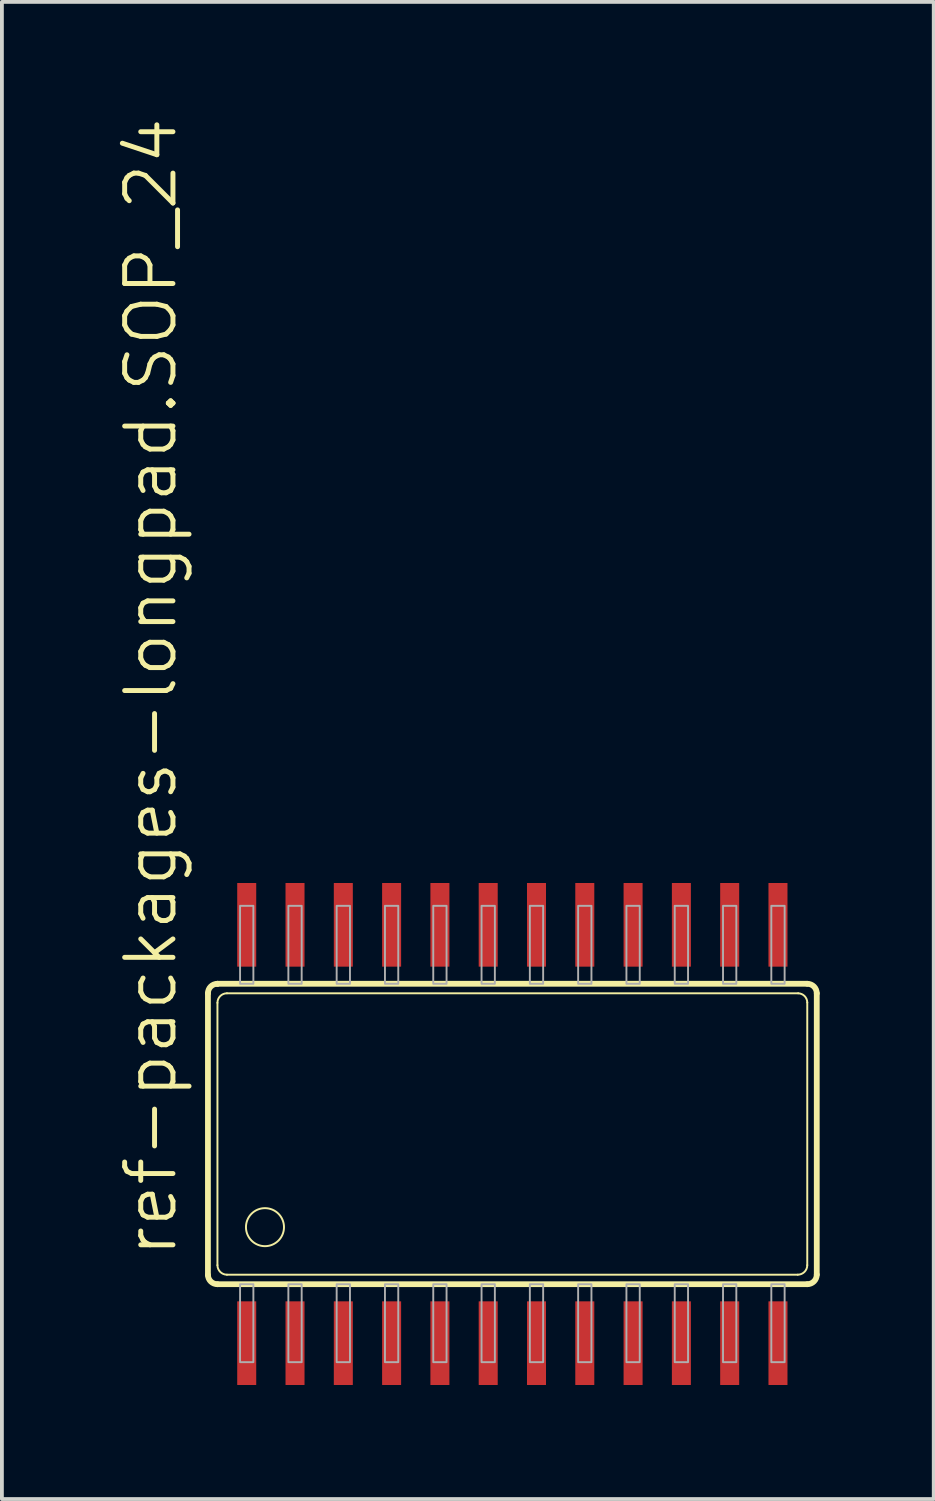
<source format=kicad_pcb>
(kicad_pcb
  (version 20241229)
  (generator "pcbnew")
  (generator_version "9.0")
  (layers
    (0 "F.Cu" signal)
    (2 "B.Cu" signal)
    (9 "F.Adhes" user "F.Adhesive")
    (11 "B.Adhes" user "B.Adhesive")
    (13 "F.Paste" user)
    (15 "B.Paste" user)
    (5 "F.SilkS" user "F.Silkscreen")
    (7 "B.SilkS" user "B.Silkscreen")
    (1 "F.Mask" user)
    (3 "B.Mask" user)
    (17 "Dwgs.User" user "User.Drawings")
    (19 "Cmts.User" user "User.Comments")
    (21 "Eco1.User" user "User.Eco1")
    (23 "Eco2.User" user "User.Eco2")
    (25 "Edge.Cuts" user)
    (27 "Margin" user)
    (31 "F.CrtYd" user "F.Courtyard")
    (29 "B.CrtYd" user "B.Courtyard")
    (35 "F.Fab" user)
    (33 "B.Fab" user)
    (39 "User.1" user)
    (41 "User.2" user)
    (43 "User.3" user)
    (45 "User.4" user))
  (footprint "ref-packages-longpad.SOP_24"
    (layer "F.Cu")
    (at 10.423 26.77)
    (property "Reference" "ref-packages-longpad.SOP_24" (at -8.763 3.302 90) (layer "F.SilkS") (effects (font (size 1.27 1.27) (thickness 0.13)) (justify left bottom)))
    (attr smd)
    (fp_line (start -8.005 3.71) (end -8.005 -3.7) (stroke (width 0.152) (type default)) (layer "F.SilkS"))
    (fp_line (start -7.756 -3.95) (end -7.755 -3.95) (stroke (width 0.152) (type default)) (layer "F.SilkS"))
    (fp_line (start -7.755 -3.95) (end 7.755 -3.95) (stroke (width 0.152) (type default)) (layer "F.SilkS"))
    (fp_line (start -7.755 3.45) (end -7.755 -3.45) (stroke (width 0.051) (type default)) (layer "F.SilkS"))
    (fp_line (start -7.505 -3.7) (end 7.515 -3.7) (stroke (width 0.051) (type default)) (layer "F.SilkS"))
    (fp_line (start 7.505 3.7) (end -7.505 3.7) (stroke (width 0.051) (type default)) (layer "F.SilkS"))
    (fp_line (start 7.755 -3.46) (end 7.755 3.45) (stroke (width 0.051) (type default)) (layer "F.SilkS"))
    (fp_line (start 7.755 3.95) (end -7.755 3.95) (stroke (width 0.152) (type default)) (layer "F.SilkS"))
    (fp_line (start 8.005 -3.7) (end 8.005 3.7) (stroke (width 0.152) (type default)) (layer "F.SilkS"))
    (fp_arc (start -8.005 -3.7) (mid -7.931777 -3.876777) (end -7.755 -3.95) (stroke (width 0.1524) (type default)) (layer "F.SilkS"))
    (fp_arc (start -7.755 -3.45) (mid -7.681777 -3.626777) (end -7.505 -3.7) (stroke (width 0.0508) (type default)) (layer "F.SilkS"))
    (fp_arc (start -7.755 3.95) (mid -7.928333 3.880347) (end -8.005 3.71) (stroke (width 0.1524) (type default)) (layer "F.SilkS"))
    (fp_arc (start -7.505 3.7) (mid -7.681777 3.626777) (end -7.755 3.45) (stroke (width 0.0508) (type default)) (layer "F.SilkS"))
    (fp_arc (start 7.515 -3.7) (mid 7.683277 -3.628277) (end 7.755 -3.46) (stroke (width 0.0508) (type default)) (layer "F.SilkS"))
    (fp_arc (start 7.755 -3.95) (mid 7.931777 -3.876777) (end 8.005 -3.7) (stroke (width 0.1524) (type default)) (layer "F.SilkS"))
    (fp_arc (start 7.755 3.45) (mid 7.681777 3.626777) (end 7.505 3.7) (stroke (width 0.0508) (type default)) (layer "F.SilkS"))
    (fp_arc (start 8.005 3.7) (mid 7.931777 3.876777) (end 7.755 3.95) (stroke (width 0.1524) (type default)) (layer "F.SilkS"))
    (fp_circle (center -6.505 2.45) (end -6.005 2.45) (stroke (width 0.051) (type default)) (fill no) (layer "F.SilkS"))
    (fp_rect (start -7.16 -3.95) (end -6.81 -6) (stroke (width 0.05) (type default)) (fill no) (layer "F.Fab"))
    (fp_rect (start -7.16 6) (end -6.81 3.95) (stroke (width 0.05) (type default)) (fill no) (layer "F.Fab"))
    (fp_rect (start -5.89 -3.95) (end -5.54 -6) (stroke (width 0.05) (type default)) (fill no) (layer "F.Fab"))
    (fp_rect (start -5.89 6) (end -5.54 3.95) (stroke (width 0.05) (type default)) (fill no) (layer "F.Fab"))
    (fp_rect (start -4.62 -3.95) (end -4.27 -6) (stroke (width 0.05) (type default)) (fill no) (layer "F.Fab"))
    (fp_rect (start -4.62 6) (end -4.27 3.95) (stroke (width 0.05) (type default)) (fill no) (layer "F.Fab"))
    (fp_rect (start -3.35 -3.95) (end -3 -6) (stroke (width 0.05) (type default)) (fill no) (layer "F.Fab"))
    (fp_rect (start -3.35 6) (end -3 3.95) (stroke (width 0.05) (type default)) (fill no) (layer "F.Fab"))
    (fp_rect (start -2.08 -3.95) (end -1.73 -6) (stroke (width 0.05) (type default)) (fill no) (layer "F.Fab"))
    (fp_rect (start -2.08 6) (end -1.73 3.95) (stroke (width 0.05) (type default)) (fill no) (layer "F.Fab"))
    (fp_rect (start -0.81 -3.95) (end -0.46 -6) (stroke (width 0.05) (type default)) (fill no) (layer "F.Fab"))
    (fp_rect (start -0.81 6) (end -0.46 3.95) (stroke (width 0.05) (type default)) (fill no) (layer "F.Fab"))
    (fp_rect (start 0.46 -3.95) (end 0.81 -6) (stroke (width 0.05) (type default)) (fill no) (layer "F.Fab"))
    (fp_rect (start 0.46 6) (end 0.81 3.95) (stroke (width 0.05) (type default)) (fill no) (layer "F.Fab"))
    (fp_rect (start 1.73 -3.95) (end 2.08 -6) (stroke (width 0.05) (type default)) (fill no) (layer "F.Fab"))
    (fp_rect (start 1.73 6) (end 2.08 3.95) (stroke (width 0.05) (type default)) (fill no) (layer "F.Fab"))
    (fp_rect (start 3 -3.95) (end 3.35 -6) (stroke (width 0.05) (type default)) (fill no) (layer "F.Fab"))
    (fp_rect (start 3 6) (end 3.35 3.95) (stroke (width 0.05) (type default)) (fill no) (layer "F.Fab"))
    (fp_rect (start 4.27 -3.95) (end 4.62 -6) (stroke (width 0.05) (type default)) (fill no) (layer "F.Fab"))
    (fp_rect (start 4.27 6) (end 4.62 3.95) (stroke (width 0.05) (type default)) (fill no) (layer "F.Fab"))
    (fp_rect (start 5.54 -3.95) (end 5.89 -6) (stroke (width 0.05) (type default)) (fill no) (layer "F.Fab"))
    (fp_rect (start 5.54 6) (end 5.89 3.95) (stroke (width 0.05) (type default)) (fill no) (layer "F.Fab"))
    (fp_rect (start 6.81 -3.95) (end 7.16 -6) (stroke (width 0.05) (type default)) (fill no) (layer "F.Fab"))
    (fp_rect (start 6.81 6) (end 7.16 3.95) (stroke (width 0.05) (type default)) (fill no) (layer "F.Fab"))
    (pad "1" smd roundrect (at -6.985 5.5) (size 0.5 2.2) (layers "F.Cu" "F.Mask" "F.Paste") (roundrect_rratio 0.01))
    (pad "2" smd roundrect (at -5.715 5.5) (size 0.5 2.2) (layers "F.Cu" "F.Mask" "F.Paste") (roundrect_rratio 0.01))
    (pad "3" smd roundrect (at -4.445 5.5) (size 0.5 2.2) (layers "F.Cu" "F.Mask" "F.Paste") (roundrect_rratio 0.01))
    (pad "4" smd roundrect (at -3.175 5.5) (size 0.5 2.2) (layers "F.Cu" "F.Mask" "F.Paste") (roundrect_rratio 0.01))
    (pad "5" smd roundrect (at -1.905 5.5) (size 0.5 2.2) (layers "F.Cu" "F.Mask" "F.Paste") (roundrect_rratio 0.01))
    (pad "6" smd roundrect (at -0.635 5.5) (size 0.5 2.2) (layers "F.Cu" "F.Mask" "F.Paste") (roundrect_rratio 0.01))
    (pad "7" smd roundrect (at 0.635 5.5) (size 0.5 2.2) (layers "F.Cu" "F.Mask" "F.Paste") (roundrect_rratio 0.01))
    (pad "8" smd roundrect (at 1.905 5.5) (size 0.5 2.2) (layers "F.Cu" "F.Mask" "F.Paste") (roundrect_rratio 0.01))
    (pad "9" smd roundrect (at 3.175 5.5) (size 0.5 2.2) (layers "F.Cu" "F.Mask" "F.Paste") (roundrect_rratio 0.01))
    (pad "10" smd roundrect (at 4.445 5.5) (size 0.5 2.2) (layers "F.Cu" "F.Mask" "F.Paste") (roundrect_rratio 0.01))
    (pad "11" smd roundrect (at 5.715 5.5) (size 0.5 2.2) (layers "F.Cu" "F.Mask" "F.Paste") (roundrect_rratio 0.01))
    (pad "12" smd roundrect (at 6.985 5.5) (size 0.5 2.2) (layers "F.Cu" "F.Mask" "F.Paste") (roundrect_rratio 0.01))
    (pad "13" smd roundrect (at 6.985 -5.5) (size 0.5 2.2) (layers "F.Cu" "F.Mask" "F.Paste") (roundrect_rratio 0.01))
    (pad "14" smd roundrect (at 5.715 -5.5) (size 0.5 2.2) (layers "F.Cu" "F.Mask" "F.Paste") (roundrect_rratio 0.01))
    (pad "15" smd roundrect (at 4.445 -5.5) (size 0.5 2.2) (layers "F.Cu" "F.Mask" "F.Paste") (roundrect_rratio 0.01))
    (pad "16" smd roundrect (at 3.175 -5.5) (size 0.5 2.2) (layers "F.Cu" "F.Mask" "F.Paste") (roundrect_rratio 0.01))
    (pad "17" smd roundrect (at 1.905 -5.5) (size 0.5 2.2) (layers "F.Cu" "F.Mask" "F.Paste") (roundrect_rratio 0.01))
    (pad "18" smd roundrect (at 0.635 -5.5) (size 0.5 2.2) (layers "F.Cu" "F.Mask" "F.Paste") (roundrect_rratio 0.01))
    (pad "19" smd roundrect (at -0.635 -5.5) (size 0.5 2.2) (layers "F.Cu" "F.Mask" "F.Paste") (roundrect_rratio 0.01))
    (pad "20" smd roundrect (at -1.905 -5.5) (size 0.5 2.2) (layers "F.Cu" "F.Mask" "F.Paste") (roundrect_rratio 0.01))
    (pad "21" smd roundrect (at -3.175 -5.5) (size 0.5 2.2) (layers "F.Cu" "F.Mask" "F.Paste") (roundrect_rratio 0.01))
    (pad "22" smd roundrect (at -4.445 -5.5) (size 0.5 2.2) (layers "F.Cu" "F.Mask" "F.Paste") (roundrect_rratio 0.01))
    (pad "23" smd roundrect (at -5.715 -5.5) (size 0.5 2.2) (layers "F.Cu" "F.Mask" "F.Paste") (roundrect_rratio 0.01))
    (pad "24" smd roundrect (at -6.985 -5.5) (size 0.5 2.2) (layers "F.Cu" "F.Mask" "F.Paste") (roundrect_rratio 0.01)))
  (gr_rect
    (start -3 -3)
    (end 21.504 36.37)
    (stroke (width 0.1) (type default))
    (fill no)
    (layer "Edge.Cuts")))
</source>
